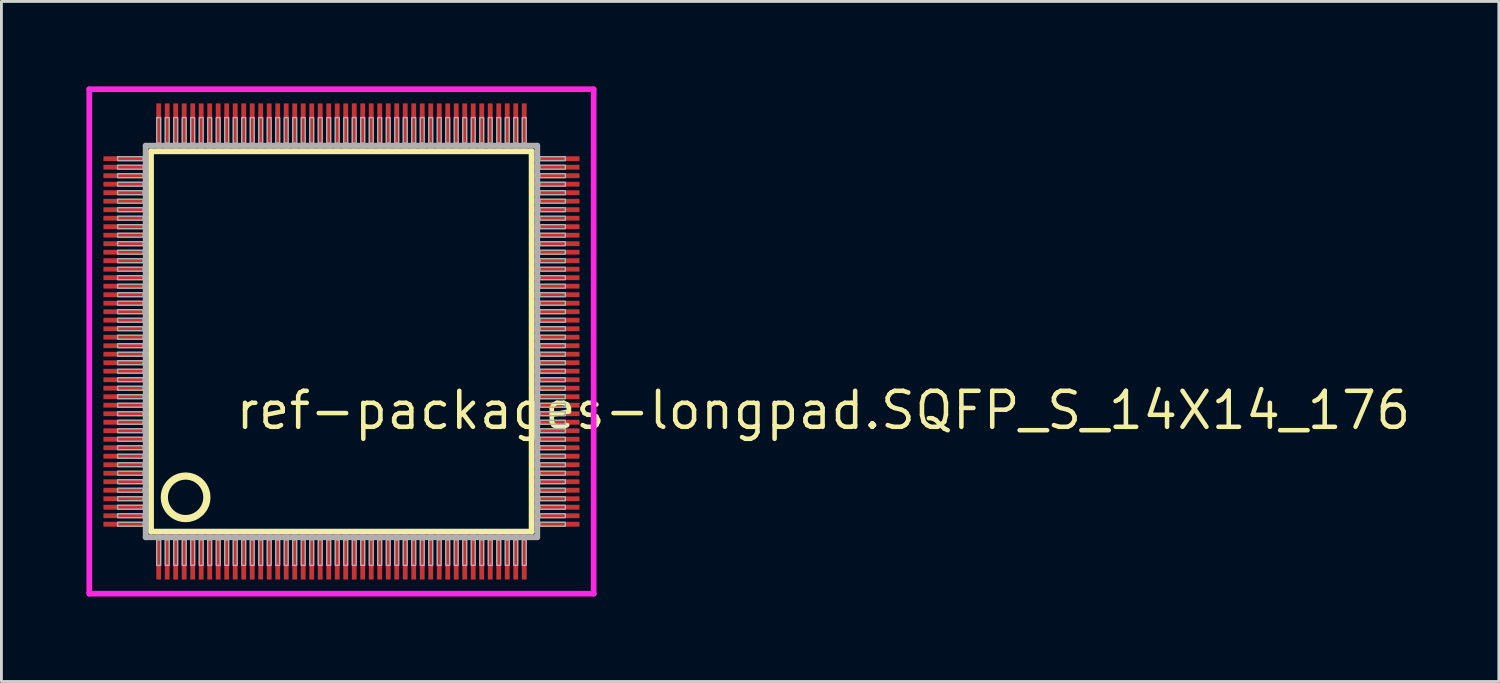
<source format=kicad_pcb>
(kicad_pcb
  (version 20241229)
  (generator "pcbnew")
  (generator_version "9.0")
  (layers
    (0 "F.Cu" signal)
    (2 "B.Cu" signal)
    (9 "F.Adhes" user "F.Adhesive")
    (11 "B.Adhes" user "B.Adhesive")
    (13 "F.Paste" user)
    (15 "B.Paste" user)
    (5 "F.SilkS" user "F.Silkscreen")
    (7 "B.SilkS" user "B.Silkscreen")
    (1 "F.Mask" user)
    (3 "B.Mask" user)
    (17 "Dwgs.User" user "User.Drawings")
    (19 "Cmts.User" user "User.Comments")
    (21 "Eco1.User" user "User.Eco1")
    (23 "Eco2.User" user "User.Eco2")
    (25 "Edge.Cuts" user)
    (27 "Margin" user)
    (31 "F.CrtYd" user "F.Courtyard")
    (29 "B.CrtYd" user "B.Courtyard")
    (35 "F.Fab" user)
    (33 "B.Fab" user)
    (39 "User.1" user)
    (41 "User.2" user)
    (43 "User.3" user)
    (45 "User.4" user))
  (footprint "ref-packages-longpad.SQFP_S_14X14_176"
    (layer "F.Cu")
    (at 9 9)
    (property "Reference" "ref-packages-longpad.SQFP_S_14X14_176" (at -3.81 3.175 0) (layer "F.SilkS") (effects (font (size 1.27 1.27) (thickness 0.16)) (justify left bottom)))
    (attr smd)
    (fp_line (start -6.72 -6.71) (end 6.71 -6.71) (stroke (width 0.203) (type default)) (layer "F.SilkS"))
    (fp_line (start -6.72 6.71) (end -6.72 -6.71) (stroke (width 0.203) (type default)) (layer "F.SilkS"))
    (fp_line (start 6.71 -6.71) (end 6.71 6.71) (stroke (width 0.203) (type default)) (layer "F.SilkS"))
    (fp_line (start 6.71 6.71) (end -6.72 6.71) (stroke (width 0.203) (type default)) (layer "F.SilkS"))
    (fp_circle (center -5.5 5.5) (end -4.75 5.5) (stroke (width 0.254) (type default)) (fill no) (layer "F.SilkS"))
    (fp_line (start -8.9 -8.9) (end 8.9 -8.9) (stroke (width 0.2) (type default)) (layer "F.CrtYd"))
    (fp_line (start -8.9 8.9) (end -8.9 -8.9) (stroke (width 0.2) (type default)) (layer "F.CrtYd"))
    (fp_line (start 8.9 -8.9) (end 8.9 8.9) (stroke (width 0.2) (type default)) (layer "F.CrtYd"))
    (fp_line (start 8.9 8.9) (end -8.9 8.9) (stroke (width 0.2) (type default)) (layer "F.CrtYd"))
    (fp_line (start -6.91 -6.91) (end -6.91 6.91) (stroke (width 0.203) (type default)) (layer "F.Fab"))
    (fp_line (start -6.91 6.91) (end 6.91 6.91) (stroke (width 0.203) (type default)) (layer "F.Fab"))
    (fp_line (start 6.91 -6.91) (end -6.91 -6.91) (stroke (width 0.203) (type default)) (layer "F.Fab"))
    (fp_line (start 6.91 6.91) (end 6.91 -6.91) (stroke (width 0.203) (type default)) (layer "F.Fab"))
    (fp_rect (start -7.9 -6.38) (end -7 -6.52) (stroke (width 0.05) (type default)) (fill no) (layer "F.Fab"))
    (fp_rect (start -7.9 -6.08) (end -7 -6.22) (stroke (width 0.05) (type default)) (fill no) (layer "F.Fab"))
    (fp_rect (start -7.9 -5.78) (end -7 -5.92) (stroke (width 0.05) (type default)) (fill no) (layer "F.Fab"))
    (fp_rect (start -7.9 -5.48) (end -7 -5.62) (stroke (width 0.05) (type default)) (fill no) (layer "F.Fab"))
    (fp_rect (start -7.9 -5.18) (end -7 -5.32) (stroke (width 0.05) (type default)) (fill no) (layer "F.Fab"))
    (fp_rect (start -7.9 -4.88) (end -7 -5.02) (stroke (width 0.05) (type default)) (fill no) (layer "F.Fab"))
    (fp_rect (start -7.9 -4.58) (end -7 -4.72) (stroke (width 0.05) (type default)) (fill no) (layer "F.Fab"))
    (fp_rect (start -7.9 -4.28) (end -7 -4.42) (stroke (width 0.05) (type default)) (fill no) (layer "F.Fab"))
    (fp_rect (start -7.9 -3.98) (end -7 -4.12) (stroke (width 0.05) (type default)) (fill no) (layer "F.Fab"))
    (fp_rect (start -7.9 -3.68) (end -7 -3.82) (stroke (width 0.05) (type default)) (fill no) (layer "F.Fab"))
    (fp_rect (start -7.9 -3.38) (end -7 -3.52) (stroke (width 0.05) (type default)) (fill no) (layer "F.Fab"))
    (fp_rect (start -7.9 -3.08) (end -7 -3.22) (stroke (width 0.05) (type default)) (fill no) (layer "F.Fab"))
    (fp_rect (start -7.9 -2.78) (end -7 -2.92) (stroke (width 0.05) (type default)) (fill no) (layer "F.Fab"))
    (fp_rect (start -7.9 -2.48) (end -7 -2.62) (stroke (width 0.05) (type default)) (fill no) (layer "F.Fab"))
    (fp_rect (start -7.9 -2.18) (end -7 -2.32) (stroke (width 0.05) (type default)) (fill no) (layer "F.Fab"))
    (fp_rect (start -7.9 -1.88) (end -7 -2.02) (stroke (width 0.05) (type default)) (fill no) (layer "F.Fab"))
    (fp_rect (start -7.9 -1.58) (end -7 -1.72) (stroke (width 0.05) (type default)) (fill no) (layer "F.Fab"))
    (fp_rect (start -7.9 -1.28) (end -7 -1.42) (stroke (width 0.05) (type default)) (fill no) (layer "F.Fab"))
    (fp_rect (start -7.9 -0.98) (end -7 -1.12) (stroke (width 0.05) (type default)) (fill no) (layer "F.Fab"))
    (fp_rect (start -7.9 -0.68) (end -7 -0.82) (stroke (width 0.05) (type default)) (fill no) (layer "F.Fab"))
    (fp_rect (start -7.9 -0.38) (end -7 -0.52) (stroke (width 0.05) (type default)) (fill no) (layer "F.Fab"))
    (fp_rect (start -7.9 -0.08) (end -7 -0.22) (stroke (width 0.05) (type default)) (fill no) (layer "F.Fab"))
    (fp_rect (start -7.9 0.22) (end -7 0.08) (stroke (width 0.05) (type default)) (fill no) (layer "F.Fab"))
    (fp_rect (start -7.9 0.52) (end -7 0.38) (stroke (width 0.05) (type default)) (fill no) (layer "F.Fab"))
    (fp_rect (start -7.9 0.82) (end -7 0.68) (stroke (width 0.05) (type default)) (fill no) (layer "F.Fab"))
    (fp_rect (start -7.9 1.12) (end -7 0.98) (stroke (width 0.05) (type default)) (fill no) (layer "F.Fab"))
    (fp_rect (start -7.9 1.42) (end -7 1.28) (stroke (width 0.05) (type default)) (fill no) (layer "F.Fab"))
    (fp_rect (start -7.9 1.72) (end -7 1.58) (stroke (width 0.05) (type default)) (fill no) (layer "F.Fab"))
    (fp_rect (start -7.9 2.02) (end -7 1.88) (stroke (width 0.05) (type default)) (fill no) (layer "F.Fab"))
    (fp_rect (start -7.9 2.32) (end -7 2.18) (stroke (width 0.05) (type default)) (fill no) (layer "F.Fab"))
    (fp_rect (start -7.9 2.62) (end -7 2.48) (stroke (width 0.05) (type default)) (fill no) (layer "F.Fab"))
    (fp_rect (start -7.9 2.92) (end -7 2.78) (stroke (width 0.05) (type default)) (fill no) (layer "F.Fab"))
    (fp_rect (start -7.9 3.22) (end -7 3.08) (stroke (width 0.05) (type default)) (fill no) (layer "F.Fab"))
    (fp_rect (start -7.9 3.52) (end -7 3.38) (stroke (width 0.05) (type default)) (fill no) (layer "F.Fab"))
    (fp_rect (start -7.9 3.82) (end -7 3.68) (stroke (width 0.05) (type default)) (fill no) (layer "F.Fab"))
    (fp_rect (start -7.9 4.12) (end -7 3.98) (stroke (width 0.05) (type default)) (fill no) (layer "F.Fab"))
    (fp_rect (start -7.9 4.42) (end -7 4.28) (stroke (width 0.05) (type default)) (fill no) (layer "F.Fab"))
    (fp_rect (start -7.9 4.72) (end -7 4.58) (stroke (width 0.05) (type default)) (fill no) (layer "F.Fab"))
    (fp_rect (start -7.9 5.02) (end -7 4.88) (stroke (width 0.05) (type default)) (fill no) (layer "F.Fab"))
    (fp_rect (start -7.9 5.32) (end -7 5.18) (stroke (width 0.05) (type default)) (fill no) (layer "F.Fab"))
    (fp_rect (start -7.9 5.62) (end -7 5.48) (stroke (width 0.05) (type default)) (fill no) (layer "F.Fab"))
    (fp_rect (start -7.9 5.92) (end -7 5.78) (stroke (width 0.05) (type default)) (fill no) (layer "F.Fab"))
    (fp_rect (start -7.9 6.22) (end -7 6.08) (stroke (width 0.05) (type default)) (fill no) (layer "F.Fab"))
    (fp_rect (start -7.9 6.52) (end -7 6.38) (stroke (width 0.05) (type default)) (fill no) (layer "F.Fab"))
    (fp_rect (start -6.52 -7) (end -6.38 -7.9) (stroke (width 0.05) (type default)) (fill no) (layer "F.Fab"))
    (fp_rect (start -6.52 7.9) (end -6.38 7) (stroke (width 0.05) (type default)) (fill no) (layer "F.Fab"))
    (fp_rect (start -6.22 -7) (end -6.08 -7.9) (stroke (width 0.05) (type default)) (fill no) (layer "F.Fab"))
    (fp_rect (start -6.22 7.9) (end -6.08 7) (stroke (width 0.05) (type default)) (fill no) (layer "F.Fab"))
    (fp_rect (start -5.92 -7) (end -5.78 -7.9) (stroke (width 0.05) (type default)) (fill no) (layer "F.Fab"))
    (fp_rect (start -5.92 7.9) (end -5.78 7) (stroke (width 0.05) (type default)) (fill no) (layer "F.Fab"))
    (fp_rect (start -5.62 -7) (end -5.48 -7.9) (stroke (width 0.05) (type default)) (fill no) (layer "F.Fab"))
    (fp_rect (start -5.62 7.9) (end -5.48 7) (stroke (width 0.05) (type default)) (fill no) (layer "F.Fab"))
    (fp_rect (start -5.32 -7) (end -5.18 -7.9) (stroke (width 0.05) (type default)) (fill no) (layer "F.Fab"))
    (fp_rect (start -5.32 7.9) (end -5.18 7) (stroke (width 0.05) (type default)) (fill no) (layer "F.Fab"))
    (fp_rect (start -5.02 -7) (end -4.88 -7.9) (stroke (width 0.05) (type default)) (fill no) (layer "F.Fab"))
    (fp_rect (start -5.02 7.9) (end -4.88 7) (stroke (width 0.05) (type default)) (fill no) (layer "F.Fab"))
    (fp_rect (start -4.72 -7) (end -4.58 -7.9) (stroke (width 0.05) (type default)) (fill no) (layer "F.Fab"))
    (fp_rect (start -4.72 7.9) (end -4.58 7) (stroke (width 0.05) (type default)) (fill no) (layer "F.Fab"))
    (fp_rect (start -4.42 -7) (end -4.28 -7.9) (stroke (width 0.05) (type default)) (fill no) (layer "F.Fab"))
    (fp_rect (start -4.42 7.9) (end -4.28 7) (stroke (width 0.05) (type default)) (fill no) (layer "F.Fab"))
    (fp_rect (start -4.12 -7) (end -3.98 -7.9) (stroke (width 0.05) (type default)) (fill no) (layer "F.Fab"))
    (fp_rect (start -4.12 7.9) (end -3.98 7) (stroke (width 0.05) (type default)) (fill no) (layer "F.Fab"))
    (fp_rect (start -3.82 -7) (end -3.68 -7.9) (stroke (width 0.05) (type default)) (fill no) (layer "F.Fab"))
    (fp_rect (start -3.82 7.9) (end -3.68 7) (stroke (width 0.05) (type default)) (fill no) (layer "F.Fab"))
    (fp_rect (start -3.52 -7) (end -3.38 -7.9) (stroke (width 0.05) (type default)) (fill no) (layer "F.Fab"))
    (fp_rect (start -3.52 7.9) (end -3.38 7) (stroke (width 0.05) (type default)) (fill no) (layer "F.Fab"))
    (fp_rect (start -3.22 -7) (end -3.08 -7.9) (stroke (width 0.05) (type default)) (fill no) (layer "F.Fab"))
    (fp_rect (start -3.22 7.9) (end -3.08 7) (stroke (width 0.05) (type default)) (fill no) (layer "F.Fab"))
    (fp_rect (start -2.92 -7) (end -2.78 -7.9) (stroke (width 0.05) (type default)) (fill no) (layer "F.Fab"))
    (fp_rect (start -2.92 7.9) (end -2.78 7) (stroke (width 0.05) (type default)) (fill no) (layer "F.Fab"))
    (fp_rect (start -2.62 -7) (end -2.48 -7.9) (stroke (width 0.05) (type default)) (fill no) (layer "F.Fab"))
    (fp_rect (start -2.62 7.9) (end -2.48 7) (stroke (width 0.05) (type default)) (fill no) (layer "F.Fab"))
    (fp_rect (start -2.32 -7) (end -2.18 -7.9) (stroke (width 0.05) (type default)) (fill no) (layer "F.Fab"))
    (fp_rect (start -2.32 7.9) (end -2.18 7) (stroke (width 0.05) (type default)) (fill no) (layer "F.Fab"))
    (fp_rect (start -2.02 -7) (end -1.88 -7.9) (stroke (width 0.05) (type default)) (fill no) (layer "F.Fab"))
    (fp_rect (start -2.02 7.9) (end -1.88 7) (stroke (width 0.05) (type default)) (fill no) (layer "F.Fab"))
    (fp_rect (start -1.72 -7) (end -1.58 -7.9) (stroke (width 0.05) (type default)) (fill no) (layer "F.Fab"))
    (fp_rect (start -1.72 7.9) (end -1.58 7) (stroke (width 0.05) (type default)) (fill no) (layer "F.Fab"))
    (fp_rect (start -1.42 -7) (end -1.28 -7.9) (stroke (width 0.05) (type default)) (fill no) (layer "F.Fab"))
    (fp_rect (start -1.42 7.9) (end -1.28 7) (stroke (width 0.05) (type default)) (fill no) (layer "F.Fab"))
    (fp_rect (start -1.12 -7) (end -0.98 -7.9) (stroke (width 0.05) (type default)) (fill no) (layer "F.Fab"))
    (fp_rect (start -1.12 7.9) (end -0.98 7) (stroke (width 0.05) (type default)) (fill no) (layer "F.Fab"))
    (fp_rect (start -0.82 -7) (end -0.68 -7.9) (stroke (width 0.05) (type default)) (fill no) (layer "F.Fab"))
    (fp_rect (start -0.82 7.9) (end -0.68 7) (stroke (width 0.05) (type default)) (fill no) (layer "F.Fab"))
    (fp_rect (start -0.52 -7) (end -0.38 -7.9) (stroke (width 0.05) (type default)) (fill no) (layer "F.Fab"))
    (fp_rect (start -0.52 7.9) (end -0.38 7) (stroke (width 0.05) (type default)) (fill no) (layer "F.Fab"))
    (fp_rect (start -0.22 -7) (end -0.08 -7.9) (stroke (width 0.05) (type default)) (fill no) (layer "F.Fab"))
    (fp_rect (start -0.22 7.9) (end -0.08 7) (stroke (width 0.05) (type default)) (fill no) (layer "F.Fab"))
    (fp_rect (start 0.08 -7) (end 0.22 -7.9) (stroke (width 0.05) (type default)) (fill no) (layer "F.Fab"))
    (fp_rect (start 0.08 7.9) (end 0.22 7) (stroke (width 0.05) (type default)) (fill no) (layer "F.Fab"))
    (fp_rect (start 0.38 -7) (end 0.52 -7.9) (stroke (width 0.05) (type default)) (fill no) (layer "F.Fab"))
    (fp_rect (start 0.38 7.9) (end 0.52 7) (stroke (width 0.05) (type default)) (fill no) (layer "F.Fab"))
    (fp_rect (start 0.68 -7) (end 0.82 -7.9) (stroke (width 0.05) (type default)) (fill no) (layer "F.Fab"))
    (fp_rect (start 0.68 7.9) (end 0.82 7) (stroke (width 0.05) (type default)) (fill no) (layer "F.Fab"))
    (fp_rect (start 0.98 -7) (end 1.12 -7.9) (stroke (width 0.05) (type default)) (fill no) (layer "F.Fab"))
    (fp_rect (start 0.98 7.9) (end 1.12 7) (stroke (width 0.05) (type default)) (fill no) (layer "F.Fab"))
    (fp_rect (start 1.28 -7) (end 1.42 -7.9) (stroke (width 0.05) (type default)) (fill no) (layer "F.Fab"))
    (fp_rect (start 1.28 7.9) (end 1.42 7) (stroke (width 0.05) (type default)) (fill no) (layer "F.Fab"))
    (fp_rect (start 1.58 -7) (end 1.72 -7.9) (stroke (width 0.05) (type default)) (fill no) (layer "F.Fab"))
    (fp_rect (start 1.58 7.9) (end 1.72 7) (stroke (width 0.05) (type default)) (fill no) (layer "F.Fab"))
    (fp_rect (start 1.88 -7) (end 2.02 -7.9) (stroke (width 0.05) (type default)) (fill no) (layer "F.Fab"))
    (fp_rect (start 1.88 7.9) (end 2.02 7) (stroke (width 0.05) (type default)) (fill no) (layer "F.Fab"))
    (fp_rect (start 2.18 -7) (end 2.32 -7.9) (stroke (width 0.05) (type default)) (fill no) (layer "F.Fab"))
    (fp_rect (start 2.18 7.9) (end 2.32 7) (stroke (width 0.05) (type default)) (fill no) (layer "F.Fab"))
    (fp_rect (start 2.48 -7) (end 2.62 -7.9) (stroke (width 0.05) (type default)) (fill no) (layer "F.Fab"))
    (fp_rect (start 2.48 7.9) (end 2.62 7) (stroke (width 0.05) (type default)) (fill no) (layer "F.Fab"))
    (fp_rect (start 2.78 -7) (end 2.92 -7.9) (stroke (width 0.05) (type default)) (fill no) (layer "F.Fab"))
    (fp_rect (start 2.78 7.9) (end 2.92 7) (stroke (width 0.05) (type default)) (fill no) (layer "F.Fab"))
    (fp_rect (start 3.08 -7) (end 3.22 -7.9) (stroke (width 0.05) (type default)) (fill no) (layer "F.Fab"))
    (fp_rect (start 3.08 7.9) (end 3.22 7) (stroke (width 0.05) (type default)) (fill no) (layer "F.Fab"))
    (fp_rect (start 3.38 -7) (end 3.52 -7.9) (stroke (width 0.05) (type default)) (fill no) (layer "F.Fab"))
    (fp_rect (start 3.38 7.9) (end 3.52 7) (stroke (width 0.05) (type default)) (fill no) (layer "F.Fab"))
    (fp_rect (start 3.68 -7) (end 3.82 -7.9) (stroke (width 0.05) (type default)) (fill no) (layer "F.Fab"))
    (fp_rect (start 3.68 7.9) (end 3.82 7) (stroke (width 0.05) (type default)) (fill no) (layer "F.Fab"))
    (fp_rect (start 3.98 -7) (end 4.12 -7.9) (stroke (width 0.05) (type default)) (fill no) (layer "F.Fab"))
    (fp_rect (start 3.98 7.9) (end 4.12 7) (stroke (width 0.05) (type default)) (fill no) (layer "F.Fab"))
    (fp_rect (start 4.28 -7) (end 4.42 -7.9) (stroke (width 0.05) (type default)) (fill no) (layer "F.Fab"))
    (fp_rect (start 4.28 7.9) (end 4.42 7) (stroke (width 0.05) (type default)) (fill no) (layer "F.Fab"))
    (fp_rect (start 4.58 -7) (end 4.72 -7.9) (stroke (width 0.05) (type default)) (fill no) (layer "F.Fab"))
    (fp_rect (start 4.58 7.9) (end 4.72 7) (stroke (width 0.05) (type default)) (fill no) (layer "F.Fab"))
    (fp_rect (start 4.88 -7) (end 5.02 -7.9) (stroke (width 0.05) (type default)) (fill no) (layer "F.Fab"))
    (fp_rect (start 4.88 7.9) (end 5.02 7) (stroke (width 0.05) (type default)) (fill no) (layer "F.Fab"))
    (fp_rect (start 5.18 -7) (end 5.32 -7.9) (stroke (width 0.05) (type default)) (fill no) (layer "F.Fab"))
    (fp_rect (start 5.18 7.9) (end 5.32 7) (stroke (width 0.05) (type default)) (fill no) (layer "F.Fab"))
    (fp_rect (start 5.48 -7) (end 5.62 -7.9) (stroke (width 0.05) (type default)) (fill no) (layer "F.Fab"))
    (fp_rect (start 5.48 7.9) (end 5.62 7) (stroke (width 0.05) (type default)) (fill no) (layer "F.Fab"))
    (fp_rect (start 5.78 -7) (end 5.92 -7.9) (stroke (width 0.05) (type default)) (fill no) (layer "F.Fab"))
    (fp_rect (start 5.78 7.9) (end 5.92 7) (stroke (width 0.05) (type default)) (fill no) (layer "F.Fab"))
    (fp_rect (start 6.08 -7) (end 6.22 -7.9) (stroke (width 0.05) (type default)) (fill no) (layer "F.Fab"))
    (fp_rect (start 6.08 7.9) (end 6.22 7) (stroke (width 0.05) (type default)) (fill no) (layer "F.Fab"))
    (fp_rect (start 6.38 -7) (end 6.52 -7.9) (stroke (width 0.05) (type default)) (fill no) (layer "F.Fab"))
    (fp_rect (start 6.38 7.9) (end 6.52 7) (stroke (width 0.05) (type default)) (fill no) (layer "F.Fab"))
    (fp_rect (start 7 -6.38) (end 7.9 -6.52) (stroke (width 0.05) (type default)) (fill no) (layer "F.Fab"))
    (fp_rect (start 7 -6.08) (end 7.9 -6.22) (stroke (width 0.05) (type default)) (fill no) (layer "F.Fab"))
    (fp_rect (start 7 -5.78) (end 7.9 -5.92) (stroke (width 0.05) (type default)) (fill no) (layer "F.Fab"))
    (fp_rect (start 7 -5.48) (end 7.9 -5.62) (stroke (width 0.05) (type default)) (fill no) (layer "F.Fab"))
    (fp_rect (start 7 -5.18) (end 7.9 -5.32) (stroke (width 0.05) (type default)) (fill no) (layer "F.Fab"))
    (fp_rect (start 7 -4.88) (end 7.9 -5.02) (stroke (width 0.05) (type default)) (fill no) (layer "F.Fab"))
    (fp_rect (start 7 -4.58) (end 7.9 -4.72) (stroke (width 0.05) (type default)) (fill no) (layer "F.Fab"))
    (fp_rect (start 7 -4.28) (end 7.9 -4.42) (stroke (width 0.05) (type default)) (fill no) (layer "F.Fab"))
    (fp_rect (start 7 -3.98) (end 7.9 -4.12) (stroke (width 0.05) (type default)) (fill no) (layer "F.Fab"))
    (fp_rect (start 7 -3.68) (end 7.9 -3.82) (stroke (width 0.05) (type default)) (fill no) (layer "F.Fab"))
    (fp_rect (start 7 -3.38) (end 7.9 -3.52) (stroke (width 0.05) (type default)) (fill no) (layer "F.Fab"))
    (fp_rect (start 7 -3.08) (end 7.9 -3.22) (stroke (width 0.05) (type default)) (fill no) (layer "F.Fab"))
    (fp_rect (start 7 -2.78) (end 7.9 -2.92) (stroke (width 0.05) (type default)) (fill no) (layer "F.Fab"))
    (fp_rect (start 7 -2.48) (end 7.9 -2.62) (stroke (width 0.05) (type default)) (fill no) (layer "F.Fab"))
    (fp_rect (start 7 -2.18) (end 7.9 -2.32) (stroke (width 0.05) (type default)) (fill no) (layer "F.Fab"))
    (fp_rect (start 7 -1.88) (end 7.9 -2.02) (stroke (width 0.05) (type default)) (fill no) (layer "F.Fab"))
    (fp_rect (start 7 -1.58) (end 7.9 -1.72) (stroke (width 0.05) (type default)) (fill no) (layer "F.Fab"))
    (fp_rect (start 7 -1.28) (end 7.9 -1.42) (stroke (width 0.05) (type default)) (fill no) (layer "F.Fab"))
    (fp_rect (start 7 -0.98) (end 7.9 -1.12) (stroke (width 0.05) (type default)) (fill no) (layer "F.Fab"))
    (fp_rect (start 7 -0.68) (end 7.9 -0.82) (stroke (width 0.05) (type default)) (fill no) (layer "F.Fab"))
    (fp_rect (start 7 -0.38) (end 7.9 -0.52) (stroke (width 0.05) (type default)) (fill no) (layer "F.Fab"))
    (fp_rect (start 7 -0.08) (end 7.9 -0.22) (stroke (width 0.05) (type default)) (fill no) (layer "F.Fab"))
    (fp_rect (start 7 0.22) (end 7.9 0.08) (stroke (width 0.05) (type default)) (fill no) (layer "F.Fab"))
    (fp_rect (start 7 0.52) (end 7.9 0.38) (stroke (width 0.05) (type default)) (fill no) (layer "F.Fab"))
    (fp_rect (start 7 0.82) (end 7.9 0.68) (stroke (width 0.05) (type default)) (fill no) (layer "F.Fab"))
    (fp_rect (start 7 1.12) (end 7.9 0.98) (stroke (width 0.05) (type default)) (fill no) (layer "F.Fab"))
    (fp_rect (start 7 1.42) (end 7.9 1.28) (stroke (width 0.05) (type default)) (fill no) (layer "F.Fab"))
    (fp_rect (start 7 1.72) (end 7.9 1.58) (stroke (width 0.05) (type default)) (fill no) (layer "F.Fab"))
    (fp_rect (start 7 2.02) (end 7.9 1.88) (stroke (width 0.05) (type default)) (fill no) (layer "F.Fab"))
    (fp_rect (start 7 2.32) (end 7.9 2.18) (stroke (width 0.05) (type default)) (fill no) (layer "F.Fab"))
    (fp_rect (start 7 2.62) (end 7.9 2.48) (stroke (width 0.05) (type default)) (fill no) (layer "F.Fab"))
    (fp_rect (start 7 2.92) (end 7.9 2.78) (stroke (width 0.05) (type default)) (fill no) (layer "F.Fab"))
    (fp_rect (start 7 3.22) (end 7.9 3.08) (stroke (width 0.05) (type default)) (fill no) (layer "F.Fab"))
    (fp_rect (start 7 3.52) (end 7.9 3.38) (stroke (width 0.05) (type default)) (fill no) (layer "F.Fab"))
    (fp_rect (start 7 3.82) (end 7.9 3.68) (stroke (width 0.05) (type default)) (fill no) (layer "F.Fab"))
    (fp_rect (start 7 4.12) (end 7.9 3.98) (stroke (width 0.05) (type default)) (fill no) (layer "F.Fab"))
    (fp_rect (start 7 4.42) (end 7.9 4.28) (stroke (width 0.05) (type default)) (fill no) (layer "F.Fab"))
    (fp_rect (start 7 4.72) (end 7.9 4.58) (stroke (width 0.05) (type default)) (fill no) (layer "F.Fab"))
    (fp_rect (start 7 5.02) (end 7.9 4.88) (stroke (width 0.05) (type default)) (fill no) (layer "F.Fab"))
    (fp_rect (start 7 5.32) (end 7.9 5.18) (stroke (width 0.05) (type default)) (fill no) (layer "F.Fab"))
    (fp_rect (start 7 5.62) (end 7.9 5.48) (stroke (width 0.05) (type default)) (fill no) (layer "F.Fab"))
    (fp_rect (start 7 5.92) (end 7.9 5.78) (stroke (width 0.05) (type default)) (fill no) (layer "F.Fab"))
    (fp_rect (start 7 6.22) (end 7.9 6.08) (stroke (width 0.05) (type default)) (fill no) (layer "F.Fab"))
    (fp_rect (start 7 6.52) (end 7.9 6.38) (stroke (width 0.05) (type default)) (fill no) (layer "F.Fab"))
    (pad "1" smd roundrect (at -6.45 7.6) (size 0.17 1.6) (layers "F.Cu" "F.Mask" "F.Paste") (roundrect_rratio 0.01))
    (pad "2" smd roundrect (at -6.15 7.6) (size 0.17 1.6) (layers "F.Cu" "F.Mask" "F.Paste") (roundrect_rratio 0.01))
    (pad "3" smd roundrect (at -5.85 7.6) (size 0.17 1.6) (layers "F.Cu" "F.Mask" "F.Paste") (roundrect_rratio 0.01))
    (pad "4" smd roundrect (at -5.55 7.6) (size 0.17 1.6) (layers "F.Cu" "F.Mask" "F.Paste") (roundrect_rratio 0.01))
    (pad "5" smd roundrect (at -5.25 7.6) (size 0.17 1.6) (layers "F.Cu" "F.Mask" "F.Paste") (roundrect_rratio 0.01))
    (pad "6" smd roundrect (at -4.95 7.6) (size 0.17 1.6) (layers "F.Cu" "F.Mask" "F.Paste") (roundrect_rratio 0.01))
    (pad "7" smd roundrect (at -4.65 7.6) (size 0.17 1.6) (layers "F.Cu" "F.Mask" "F.Paste") (roundrect_rratio 0.01))
    (pad "8" smd roundrect (at -4.35 7.6) (size 0.17 1.6) (layers "F.Cu" "F.Mask" "F.Paste") (roundrect_rratio 0.01))
    (pad "9" smd roundrect (at -4.05 7.6) (size 0.17 1.6) (layers "F.Cu" "F.Mask" "F.Paste") (roundrect_rratio 0.01))
    (pad "10" smd roundrect (at -3.75 7.6) (size 0.17 1.6) (layers "F.Cu" "F.Mask" "F.Paste") (roundrect_rratio 0.01))
    (pad "11" smd roundrect (at -3.45 7.6) (size 0.17 1.6) (layers "F.Cu" "F.Mask" "F.Paste") (roundrect_rratio 0.01))
    (pad "12" smd roundrect (at -3.15 7.6) (size 0.17 1.6) (layers "F.Cu" "F.Mask" "F.Paste") (roundrect_rratio 0.01))
    (pad "13" smd roundrect (at -2.85 7.6) (size 0.17 1.6) (layers "F.Cu" "F.Mask" "F.Paste") (roundrect_rratio 0.01))
    (pad "14" smd roundrect (at -2.55 7.6) (size 0.17 1.6) (layers "F.Cu" "F.Mask" "F.Paste") (roundrect_rratio 0.01))
    (pad "15" smd roundrect (at -2.25 7.6) (size 0.17 1.6) (layers "F.Cu" "F.Mask" "F.Paste") (roundrect_rratio 0.01))
    (pad "16" smd roundrect (at -1.95 7.6) (size 0.17 1.6) (layers "F.Cu" "F.Mask" "F.Paste") (roundrect_rratio 0.01))
    (pad "17" smd roundrect (at -1.65 7.6) (size 0.17 1.6) (layers "F.Cu" "F.Mask" "F.Paste") (roundrect_rratio 0.01))
    (pad "18" smd roundrect (at -1.35 7.6) (size 0.17 1.6) (layers "F.Cu" "F.Mask" "F.Paste") (roundrect_rratio 0.01))
    (pad "19" smd roundrect (at -1.05 7.6) (size 0.17 1.6) (layers "F.Cu" "F.Mask" "F.Paste") (roundrect_rratio 0.01))
    (pad "20" smd roundrect (at -0.75 7.6) (size 0.17 1.6) (layers "F.Cu" "F.Mask" "F.Paste") (roundrect_rratio 0.01))
    (pad "21" smd roundrect (at -0.45 7.6) (size 0.17 1.6) (layers "F.Cu" "F.Mask" "F.Paste") (roundrect_rratio 0.01))
    (pad "22" smd roundrect (at -0.15 7.6) (size 0.17 1.6) (layers "F.Cu" "F.Mask" "F.Paste") (roundrect_rratio 0.01))
    (pad "23" smd roundrect (at 0.15 7.6) (size 0.17 1.6) (layers "F.Cu" "F.Mask" "F.Paste") (roundrect_rratio 0.01))
    (pad "24" smd roundrect (at 0.45 7.6) (size 0.17 1.6) (layers "F.Cu" "F.Mask" "F.Paste") (roundrect_rratio 0.01))
    (pad "25" smd roundrect (at 0.75 7.6) (size 0.17 1.6) (layers "F.Cu" "F.Mask" "F.Paste") (roundrect_rratio 0.01))
    (pad "26" smd roundrect (at 1.05 7.6) (size 0.17 1.6) (layers "F.Cu" "F.Mask" "F.Paste") (roundrect_rratio 0.01))
    (pad "27" smd roundrect (at 1.35 7.6) (size 0.17 1.6) (layers "F.Cu" "F.Mask" "F.Paste") (roundrect_rratio 0.01))
    (pad "28" smd roundrect (at 1.65 7.6) (size 0.17 1.6) (layers "F.Cu" "F.Mask" "F.Paste") (roundrect_rratio 0.01))
    (pad "29" smd roundrect (at 1.95 7.6) (size 0.17 1.6) (layers "F.Cu" "F.Mask" "F.Paste") (roundrect_rratio 0.01))
    (pad "30" smd roundrect (at 2.25 7.6) (size 0.17 1.6) (layers "F.Cu" "F.Mask" "F.Paste") (roundrect_rratio 0.01))
    (pad "31" smd roundrect (at 2.55 7.6) (size 0.17 1.6) (layers "F.Cu" "F.Mask" "F.Paste") (roundrect_rratio 0.01))
    (pad "32" smd roundrect (at 2.85 7.6) (size 0.17 1.6) (layers "F.Cu" "F.Mask" "F.Paste") (roundrect_rratio 0.01))
    (pad "33" smd roundrect (at 3.15 7.6) (size 0.17 1.6) (layers "F.Cu" "F.Mask" "F.Paste") (roundrect_rratio 0.01))
    (pad "34" smd roundrect (at 3.45 7.6) (size 0.17 1.6) (layers "F.Cu" "F.Mask" "F.Paste") (roundrect_rratio 0.01))
    (pad "35" smd roundrect (at 3.75 7.6) (size 0.17 1.6) (layers "F.Cu" "F.Mask" "F.Paste") (roundrect_rratio 0.01))
    (pad "36" smd roundrect (at 4.05 7.6) (size 0.17 1.6) (layers "F.Cu" "F.Mask" "F.Paste") (roundrect_rratio 0.01))
    (pad "37" smd roundrect (at 4.35 7.6) (size 0.17 1.6) (layers "F.Cu" "F.Mask" "F.Paste") (roundrect_rratio 0.01))
    (pad "38" smd roundrect (at 4.65 7.6) (size 0.17 1.6) (layers "F.Cu" "F.Mask" "F.Paste") (roundrect_rratio 0.01))
    (pad "39" smd roundrect (at 4.95 7.6) (size 0.17 1.6) (layers "F.Cu" "F.Mask" "F.Paste") (roundrect_rratio 0.01))
    (pad "40" smd roundrect (at 5.25 7.6) (size 0.17 1.6) (layers "F.Cu" "F.Mask" "F.Paste") (roundrect_rratio 0.01))
    (pad "41" smd roundrect (at 5.55 7.6) (size 0.17 1.6) (layers "F.Cu" "F.Mask" "F.Paste") (roundrect_rratio 0.01))
    (pad "42" smd roundrect (at 5.85 7.6) (size 0.17 1.6) (layers "F.Cu" "F.Mask" "F.Paste") (roundrect_rratio 0.01))
    (pad "43" smd roundrect (at 6.15 7.6) (size 0.17 1.6) (layers "F.Cu" "F.Mask" "F.Paste") (roundrect_rratio 0.01))
    (pad "44" smd roundrect (at 6.45 7.6) (size 0.17 1.6) (layers "F.Cu" "F.Mask" "F.Paste") (roundrect_rratio 0.01))
    (pad "45" smd roundrect (at 7.6 6.45) (size 1.6 0.17) (layers "F.Cu" "F.Mask" "F.Paste") (roundrect_rratio 0.01))
    (pad "46" smd roundrect (at 7.6 6.15) (size 1.6 0.17) (layers "F.Cu" "F.Mask" "F.Paste") (roundrect_rratio 0.01))
    (pad "47" smd roundrect (at 7.6 5.85) (size 1.6 0.17) (layers "F.Cu" "F.Mask" "F.Paste") (roundrect_rratio 0.01))
    (pad "48" smd roundrect (at 7.6 5.55) (size 1.6 0.17) (layers "F.Cu" "F.Mask" "F.Paste") (roundrect_rratio 0.01))
    (pad "49" smd roundrect (at 7.6 5.25) (size 1.6 0.17) (layers "F.Cu" "F.Mask" "F.Paste") (roundrect_rratio 0.01))
    (pad "50" smd roundrect (at 7.6 4.95) (size 1.6 0.17) (layers "F.Cu" "F.Mask" "F.Paste") (roundrect_rratio 0.01))
    (pad "51" smd roundrect (at 7.6 4.65) (size 1.6 0.17) (layers "F.Cu" "F.Mask" "F.Paste") (roundrect_rratio 0.01))
    (pad "52" smd roundrect (at 7.6 4.35) (size 1.6 0.17) (layers "F.Cu" "F.Mask" "F.Paste") (roundrect_rratio 0.01))
    (pad "53" smd roundrect (at 7.6 4.05) (size 1.6 0.17) (layers "F.Cu" "F.Mask" "F.Paste") (roundrect_rratio 0.01))
    (pad "54" smd roundrect (at 7.6 3.75) (size 1.6 0.17) (layers "F.Cu" "F.Mask" "F.Paste") (roundrect_rratio 0.01))
    (pad "55" smd roundrect (at 7.6 3.45) (size 1.6 0.17) (layers "F.Cu" "F.Mask" "F.Paste") (roundrect_rratio 0.01))
    (pad "56" smd roundrect (at 7.6 3.15) (size 1.6 0.17) (layers "F.Cu" "F.Mask" "F.Paste") (roundrect_rratio 0.01))
    (pad "57" smd roundrect (at 7.6 2.85) (size 1.6 0.17) (layers "F.Cu" "F.Mask" "F.Paste") (roundrect_rratio 0.01))
    (pad "58" smd roundrect (at 7.6 2.55) (size 1.6 0.17) (layers "F.Cu" "F.Mask" "F.Paste") (roundrect_rratio 0.01))
    (pad "59" smd roundrect (at 7.6 2.25) (size 1.6 0.17) (layers "F.Cu" "F.Mask" "F.Paste") (roundrect_rratio 0.01))
    (pad "60" smd roundrect (at 7.6 1.95) (size 1.6 0.17) (layers "F.Cu" "F.Mask" "F.Paste") (roundrect_rratio 0.01))
    (pad "61" smd roundrect (at 7.6 1.65) (size 1.6 0.17) (layers "F.Cu" "F.Mask" "F.Paste") (roundrect_rratio 0.01))
    (pad "62" smd roundrect (at 7.6 1.35) (size 1.6 0.17) (layers "F.Cu" "F.Mask" "F.Paste") (roundrect_rratio 0.01))
    (pad "63" smd roundrect (at 7.6 1.05) (size 1.6 0.17) (layers "F.Cu" "F.Mask" "F.Paste") (roundrect_rratio 0.01))
    (pad "64" smd roundrect (at 7.6 0.75) (size 1.6 0.17) (layers "F.Cu" "F.Mask" "F.Paste") (roundrect_rratio 0.01))
    (pad "65" smd roundrect (at 7.6 0.45) (size 1.6 0.17) (layers "F.Cu" "F.Mask" "F.Paste") (roundrect_rratio 0.01))
    (pad "66" smd roundrect (at 7.6 0.15) (size 1.6 0.17) (layers "F.Cu" "F.Mask" "F.Paste") (roundrect_rratio 0.01))
    (pad "67" smd roundrect (at 7.6 -0.15) (size 1.6 0.17) (layers "F.Cu" "F.Mask" "F.Paste") (roundrect_rratio 0.01))
    (pad "68" smd roundrect (at 7.6 -0.45) (size 1.6 0.17) (layers "F.Cu" "F.Mask" "F.Paste") (roundrect_rratio 0.01))
    (pad "69" smd roundrect (at 7.6 -0.75) (size 1.6 0.17) (layers "F.Cu" "F.Mask" "F.Paste") (roundrect_rratio 0.01))
    (pad "70" smd roundrect (at 7.6 -1.05) (size 1.6 0.17) (layers "F.Cu" "F.Mask" "F.Paste") (roundrect_rratio 0.01))
    (pad "71" smd roundrect (at 7.6 -1.35) (size 1.6 0.17) (layers "F.Cu" "F.Mask" "F.Paste") (roundrect_rratio 0.01))
    (pad "72" smd roundrect (at 7.6 -1.65) (size 1.6 0.17) (layers "F.Cu" "F.Mask" "F.Paste") (roundrect_rratio 0.01))
    (pad "73" smd roundrect (at 7.6 -1.95) (size 1.6 0.17) (layers "F.Cu" "F.Mask" "F.Paste") (roundrect_rratio 0.01))
    (pad "74" smd roundrect (at 7.6 -2.25) (size 1.6 0.17) (layers "F.Cu" "F.Mask" "F.Paste") (roundrect_rratio 0.01))
    (pad "75" smd roundrect (at 7.6 -2.55) (size 1.6 0.17) (layers "F.Cu" "F.Mask" "F.Paste") (roundrect_rratio 0.01))
    (pad "76" smd roundrect (at 7.6 -2.85) (size 1.6 0.17) (layers "F.Cu" "F.Mask" "F.Paste") (roundrect_rratio 0.01))
    (pad "77" smd roundrect (at 7.6 -3.15) (size 1.6 0.17) (layers "F.Cu" "F.Mask" "F.Paste") (roundrect_rratio 0.01))
    (pad "78" smd roundrect (at 7.6 -3.45) (size 1.6 0.17) (layers "F.Cu" "F.Mask" "F.Paste") (roundrect_rratio 0.01))
    (pad "79" smd roundrect (at 7.6 -3.75) (size 1.6 0.17) (layers "F.Cu" "F.Mask" "F.Paste") (roundrect_rratio 0.01))
    (pad "80" smd roundrect (at 7.6 -4.05) (size 1.6 0.17) (layers "F.Cu" "F.Mask" "F.Paste") (roundrect_rratio 0.01))
    (pad "81" smd roundrect (at 7.6 -4.35) (size 1.6 0.17) (layers "F.Cu" "F.Mask" "F.Paste") (roundrect_rratio 0.01))
    (pad "82" smd roundrect (at 7.6 -4.65) (size 1.6 0.17) (layers "F.Cu" "F.Mask" "F.Paste") (roundrect_rratio 0.01))
    (pad "83" smd roundrect (at 7.6 -4.95) (size 1.6 0.17) (layers "F.Cu" "F.Mask" "F.Paste") (roundrect_rratio 0.01))
    (pad "84" smd roundrect (at 7.6 -5.25) (size 1.6 0.17) (layers "F.Cu" "F.Mask" "F.Paste") (roundrect_rratio 0.01))
    (pad "85" smd roundrect (at 7.6 -5.55) (size 1.6 0.17) (layers "F.Cu" "F.Mask" "F.Paste") (roundrect_rratio 0.01))
    (pad "86" smd roundrect (at 7.6 -5.85) (size 1.6 0.17) (layers "F.Cu" "F.Mask" "F.Paste") (roundrect_rratio 0.01))
    (pad "87" smd roundrect (at 7.6 -6.15) (size 1.6 0.17) (layers "F.Cu" "F.Mask" "F.Paste") (roundrect_rratio 0.01))
    (pad "88" smd roundrect (at 7.6 -6.45) (size 1.6 0.17) (layers "F.Cu" "F.Mask" "F.Paste") (roundrect_rratio 0.01))
    (pad "89" smd roundrect (at 6.45 -7.6) (size 0.17 1.6) (layers "F.Cu" "F.Mask" "F.Paste") (roundrect_rratio 0.01))
    (pad "90" smd roundrect (at 6.15 -7.6) (size 0.17 1.6) (layers "F.Cu" "F.Mask" "F.Paste") (roundrect_rratio 0.01))
    (pad "91" smd roundrect (at 5.85 -7.6) (size 0.17 1.6) (layers "F.Cu" "F.Mask" "F.Paste") (roundrect_rratio 0.01))
    (pad "92" smd roundrect (at 5.55 -7.6) (size 0.17 1.6) (layers "F.Cu" "F.Mask" "F.Paste") (roundrect_rratio 0.01))
    (pad "93" smd roundrect (at 5.25 -7.6) (size 0.17 1.6) (layers "F.Cu" "F.Mask" "F.Paste") (roundrect_rratio 0.01))
    (pad "94" smd roundrect (at 4.95 -7.6) (size 0.17 1.6) (layers "F.Cu" "F.Mask" "F.Paste") (roundrect_rratio 0.01))
    (pad "95" smd roundrect (at 4.65 -7.6) (size 0.17 1.6) (layers "F.Cu" "F.Mask" "F.Paste") (roundrect_rratio 0.01))
    (pad "96" smd roundrect (at 4.35 -7.6) (size 0.17 1.6) (layers "F.Cu" "F.Mask" "F.Paste") (roundrect_rratio 0.01))
    (pad "97" smd roundrect (at 4.05 -7.6) (size 0.17 1.6) (layers "F.Cu" "F.Mask" "F.Paste") (roundrect_rratio 0.01))
    (pad "98" smd roundrect (at 3.75 -7.6) (size 0.17 1.6) (layers "F.Cu" "F.Mask" "F.Paste") (roundrect_rratio 0.01))
    (pad "99" smd roundrect (at 3.45 -7.6) (size 0.17 1.6) (layers "F.Cu" "F.Mask" "F.Paste") (roundrect_rratio 0.01))
    (pad "100" smd roundrect (at 3.15 -7.6) (size 0.17 1.6) (layers "F.Cu" "F.Mask" "F.Paste") (roundrect_rratio 0.01))
    (pad "101" smd roundrect (at 2.85 -7.6) (size 0.17 1.6) (layers "F.Cu" "F.Mask" "F.Paste") (roundrect_rratio 0.01))
    (pad "102" smd roundrect (at 2.55 -7.6) (size 0.17 1.6) (layers "F.Cu" "F.Mask" "F.Paste") (roundrect_rratio 0.01))
    (pad "103" smd roundrect (at 2.25 -7.6) (size 0.17 1.6) (layers "F.Cu" "F.Mask" "F.Paste") (roundrect_rratio 0.01))
    (pad "104" smd roundrect (at 1.95 -7.6) (size 0.17 1.6) (layers "F.Cu" "F.Mask" "F.Paste") (roundrect_rratio 0.01))
    (pad "105" smd roundrect (at 1.65 -7.6) (size 0.17 1.6) (layers "F.Cu" "F.Mask" "F.Paste") (roundrect_rratio 0.01))
    (pad "106" smd roundrect (at 1.35 -7.6) (size 0.17 1.6) (layers "F.Cu" "F.Mask" "F.Paste") (roundrect_rratio 0.01))
    (pad "107" smd roundrect (at 1.05 -7.6) (size 0.17 1.6) (layers "F.Cu" "F.Mask" "F.Paste") (roundrect_rratio 0.01))
    (pad "108" smd roundrect (at 0.75 -7.6) (size 0.17 1.6) (layers "F.Cu" "F.Mask" "F.Paste") (roundrect_rratio 0.01))
    (pad "109" smd roundrect (at 0.45 -7.6) (size 0.17 1.6) (layers "F.Cu" "F.Mask" "F.Paste") (roundrect_rratio 0.01))
    (pad "110" smd roundrect (at 0.15 -7.6) (size 0.17 1.6) (layers "F.Cu" "F.Mask" "F.Paste") (roundrect_rratio 0.01))
    (pad "111" smd roundrect (at -0.15 -7.6) (size 0.17 1.6) (layers "F.Cu" "F.Mask" "F.Paste") (roundrect_rratio 0.01))
    (pad "112" smd roundrect (at -0.45 -7.6) (size 0.17 1.6) (layers "F.Cu" "F.Mask" "F.Paste") (roundrect_rratio 0.01))
    (pad "113" smd roundrect (at -0.75 -7.6) (size 0.17 1.6) (layers "F.Cu" "F.Mask" "F.Paste") (roundrect_rratio 0.01))
    (pad "114" smd roundrect (at -1.05 -7.6) (size 0.17 1.6) (layers "F.Cu" "F.Mask" "F.Paste") (roundrect_rratio 0.01))
    (pad "115" smd roundrect (at -1.35 -7.6) (size 0.17 1.6) (layers "F.Cu" "F.Mask" "F.Paste") (roundrect_rratio 0.01))
    (pad "116" smd roundrect (at -1.65 -7.6) (size 0.17 1.6) (layers "F.Cu" "F.Mask" "F.Paste") (roundrect_rratio 0.01))
    (pad "117" smd roundrect (at -1.95 -7.6) (size 0.17 1.6) (layers "F.Cu" "F.Mask" "F.Paste") (roundrect_rratio 0.01))
    (pad "118" smd roundrect (at -2.25 -7.6) (size 0.17 1.6) (layers "F.Cu" "F.Mask" "F.Paste") (roundrect_rratio 0.01))
    (pad "119" smd roundrect (at -2.55 -7.6) (size 0.17 1.6) (layers "F.Cu" "F.Mask" "F.Paste") (roundrect_rratio 0.01))
    (pad "120" smd roundrect (at -2.85 -7.6) (size 0.17 1.6) (layers "F.Cu" "F.Mask" "F.Paste") (roundrect_rratio 0.01))
    (pad "121" smd roundrect (at -3.15 -7.6) (size 0.17 1.6) (layers "F.Cu" "F.Mask" "F.Paste") (roundrect_rratio 0.01))
    (pad "122" smd roundrect (at -3.45 -7.6) (size 0.17 1.6) (layers "F.Cu" "F.Mask" "F.Paste") (roundrect_rratio 0.01))
    (pad "123" smd roundrect (at -3.75 -7.6) (size 0.17 1.6) (layers "F.Cu" "F.Mask" "F.Paste") (roundrect_rratio 0.01))
    (pad "124" smd roundrect (at -4.05 -7.6) (size 0.17 1.6) (layers "F.Cu" "F.Mask" "F.Paste") (roundrect_rratio 0.01))
    (pad "125" smd roundrect (at -4.35 -7.6) (size 0.17 1.6) (layers "F.Cu" "F.Mask" "F.Paste") (roundrect_rratio 0.01))
    (pad "126" smd roundrect (at -4.65 -7.6) (size 0.17 1.6) (layers "F.Cu" "F.Mask" "F.Paste") (roundrect_rratio 0.01))
    (pad "127" smd roundrect (at -4.95 -7.6) (size 0.17 1.6) (layers "F.Cu" "F.Mask" "F.Paste") (roundrect_rratio 0.01))
    (pad "128" smd roundrect (at -5.25 -7.6) (size 0.17 1.6) (layers "F.Cu" "F.Mask" "F.Paste") (roundrect_rratio 0.01))
    (pad "129" smd roundrect (at -5.55 -7.6) (size 0.17 1.6) (layers "F.Cu" "F.Mask" "F.Paste") (roundrect_rratio 0.01))
    (pad "130" smd roundrect (at -5.85 -7.6) (size 0.17 1.6) (layers "F.Cu" "F.Mask" "F.Paste") (roundrect_rratio 0.01))
    (pad "131" smd roundrect (at -6.15 -7.6) (size 0.17 1.6) (layers "F.Cu" "F.Mask" "F.Paste") (roundrect_rratio 0.01))
    (pad "132" smd roundrect (at -6.45 -7.6) (size 0.17 1.6) (layers "F.Cu" "F.Mask" "F.Paste") (roundrect_rratio 0.01))
    (pad "133" smd roundrect (at -7.6 -6.45) (size 1.6 0.17) (layers "F.Cu" "F.Mask" "F.Paste") (roundrect_rratio 0.01))
    (pad "134" smd roundrect (at -7.6 -6.15) (size 1.6 0.17) (layers "F.Cu" "F.Mask" "F.Paste") (roundrect_rratio 0.01))
    (pad "135" smd roundrect (at -7.6 -5.85) (size 1.6 0.17) (layers "F.Cu" "F.Mask" "F.Paste") (roundrect_rratio 0.01))
    (pad "136" smd roundrect (at -7.6 -5.55) (size 1.6 0.17) (layers "F.Cu" "F.Mask" "F.Paste") (roundrect_rratio 0.01))
    (pad "137" smd roundrect (at -7.6 -5.25) (size 1.6 0.17) (layers "F.Cu" "F.Mask" "F.Paste") (roundrect_rratio 0.01))
    (pad "138" smd roundrect (at -7.6 -4.95) (size 1.6 0.17) (layers "F.Cu" "F.Mask" "F.Paste") (roundrect_rratio 0.01))
    (pad "139" smd roundrect (at -7.6 -4.65) (size 1.6 0.17) (layers "F.Cu" "F.Mask" "F.Paste") (roundrect_rratio 0.01))
    (pad "140" smd roundrect (at -7.6 -4.35) (size 1.6 0.17) (layers "F.Cu" "F.Mask" "F.Paste") (roundrect_rratio 0.01))
    (pad "141" smd roundrect (at -7.6 -4.05) (size 1.6 0.17) (layers "F.Cu" "F.Mask" "F.Paste") (roundrect_rratio 0.01))
    (pad "142" smd roundrect (at -7.6 -3.75) (size 1.6 0.17) (layers "F.Cu" "F.Mask" "F.Paste") (roundrect_rratio 0.01))
    (pad "143" smd roundrect (at -7.6 -3.45) (size 1.6 0.17) (layers "F.Cu" "F.Mask" "F.Paste") (roundrect_rratio 0.01))
    (pad "144" smd roundrect (at -7.6 -3.15) (size 1.6 0.17) (layers "F.Cu" "F.Mask" "F.Paste") (roundrect_rratio 0.01))
    (pad "145" smd roundrect (at -7.6 -2.85) (size 1.6 0.17) (layers "F.Cu" "F.Mask" "F.Paste") (roundrect_rratio 0.01))
    (pad "146" smd roundrect (at -7.6 -2.55) (size 1.6 0.17) (layers "F.Cu" "F.Mask" "F.Paste") (roundrect_rratio 0.01))
    (pad "147" smd roundrect (at -7.6 -2.25) (size 1.6 0.17) (layers "F.Cu" "F.Mask" "F.Paste") (roundrect_rratio 0.01))
    (pad "148" smd roundrect (at -7.6 -1.95) (size 1.6 0.17) (layers "F.Cu" "F.Mask" "F.Paste") (roundrect_rratio 0.01))
    (pad "149" smd roundrect (at -7.6 -1.65) (size 1.6 0.17) (layers "F.Cu" "F.Mask" "F.Paste") (roundrect_rratio 0.01))
    (pad "150" smd roundrect (at -7.6 -1.35) (size 1.6 0.17) (layers "F.Cu" "F.Mask" "F.Paste") (roundrect_rratio 0.01))
    (pad "151" smd roundrect (at -7.6 -1.05) (size 1.6 0.17) (layers "F.Cu" "F.Mask" "F.Paste") (roundrect_rratio 0.01))
    (pad "152" smd roundrect (at -7.6 -0.75) (size 1.6 0.17) (layers "F.Cu" "F.Mask" "F.Paste") (roundrect_rratio 0.01))
    (pad "153" smd roundrect (at -7.6 -0.45) (size 1.6 0.17) (layers "F.Cu" "F.Mask" "F.Paste") (roundrect_rratio 0.01))
    (pad "154" smd roundrect (at -7.6 -0.15) (size 1.6 0.17) (layers "F.Cu" "F.Mask" "F.Paste") (roundrect_rratio 0.01))
    (pad "155" smd roundrect (at -7.6 0.15) (size 1.6 0.17) (layers "F.Cu" "F.Mask" "F.Paste") (roundrect_rratio 0.01))
    (pad "156" smd roundrect (at -7.6 0.45) (size 1.6 0.17) (layers "F.Cu" "F.Mask" "F.Paste") (roundrect_rratio 0.01))
    (pad "157" smd roundrect (at -7.6 0.75) (size 1.6 0.17) (layers "F.Cu" "F.Mask" "F.Paste") (roundrect_rratio 0.01))
    (pad "158" smd roundrect (at -7.6 1.05) (size 1.6 0.17) (layers "F.Cu" "F.Mask" "F.Paste") (roundrect_rratio 0.01))
    (pad "159" smd roundrect (at -7.6 1.35) (size 1.6 0.17) (layers "F.Cu" "F.Mask" "F.Paste") (roundrect_rratio 0.01))
    (pad "160" smd roundrect (at -7.6 1.65) (size 1.6 0.17) (layers "F.Cu" "F.Mask" "F.Paste") (roundrect_rratio 0.01))
    (pad "161" smd roundrect (at -7.6 1.95) (size 1.6 0.17) (layers "F.Cu" "F.Mask" "F.Paste") (roundrect_rratio 0.01))
    (pad "162" smd roundrect (at -7.6 2.25) (size 1.6 0.17) (layers "F.Cu" "F.Mask" "F.Paste") (roundrect_rratio 0.01))
    (pad "163" smd roundrect (at -7.6 2.55) (size 1.6 0.17) (layers "F.Cu" "F.Mask" "F.Paste") (roundrect_rratio 0.01))
    (pad "164" smd roundrect (at -7.6 2.85) (size 1.6 0.17) (layers "F.Cu" "F.Mask" "F.Paste") (roundrect_rratio 0.01))
    (pad "165" smd roundrect (at -7.6 3.15) (size 1.6 0.17) (layers "F.Cu" "F.Mask" "F.Paste") (roundrect_rratio 0.01))
    (pad "166" smd roundrect (at -7.6 3.45) (size 1.6 0.17) (layers "F.Cu" "F.Mask" "F.Paste") (roundrect_rratio 0.01))
    (pad "167" smd roundrect (at -7.6 3.75) (size 1.6 0.17) (layers "F.Cu" "F.Mask" "F.Paste") (roundrect_rratio 0.01))
    (pad "168" smd roundrect (at -7.6 4.05) (size 1.6 0.17) (layers "F.Cu" "F.Mask" "F.Paste") (roundrect_rratio 0.01))
    (pad "169" smd roundrect (at -7.6 4.35) (size 1.6 0.17) (layers "F.Cu" "F.Mask" "F.Paste") (roundrect_rratio 0.01))
    (pad "170" smd roundrect (at -7.6 4.65) (size 1.6 0.17) (layers "F.Cu" "F.Mask" "F.Paste") (roundrect_rratio 0.01))
    (pad "171" smd roundrect (at -7.6 4.95) (size 1.6 0.17) (layers "F.Cu" "F.Mask" "F.Paste") (roundrect_rratio 0.01))
    (pad "172" smd roundrect (at -7.6 5.25) (size 1.6 0.17) (layers "F.Cu" "F.Mask" "F.Paste") (roundrect_rratio 0.01))
    (pad "173" smd roundrect (at -7.6 5.55) (size 1.6 0.17) (layers "F.Cu" "F.Mask" "F.Paste") (roundrect_rratio 0.01))
    (pad "174" smd roundrect (at -7.6 5.85) (size 1.6 0.17) (layers "F.Cu" "F.Mask" "F.Paste") (roundrect_rratio 0.01))
    (pad "175" smd roundrect (at -7.6 6.15) (size 1.6 0.17) (layers "F.Cu" "F.Mask" "F.Paste") (roundrect_rratio 0.01))
    (pad "176" smd roundrect (at -7.6 6.45) (size 1.6 0.17) (layers "F.Cu" "F.Mask" "F.Paste") (roundrect_rratio 0.01)))
  (gr_rect
    (start -3 -3)
    (end 49.842 21)
    (stroke (width 0.1) (type default))
    (fill no)
    (layer "Edge.Cuts")))
</source>
